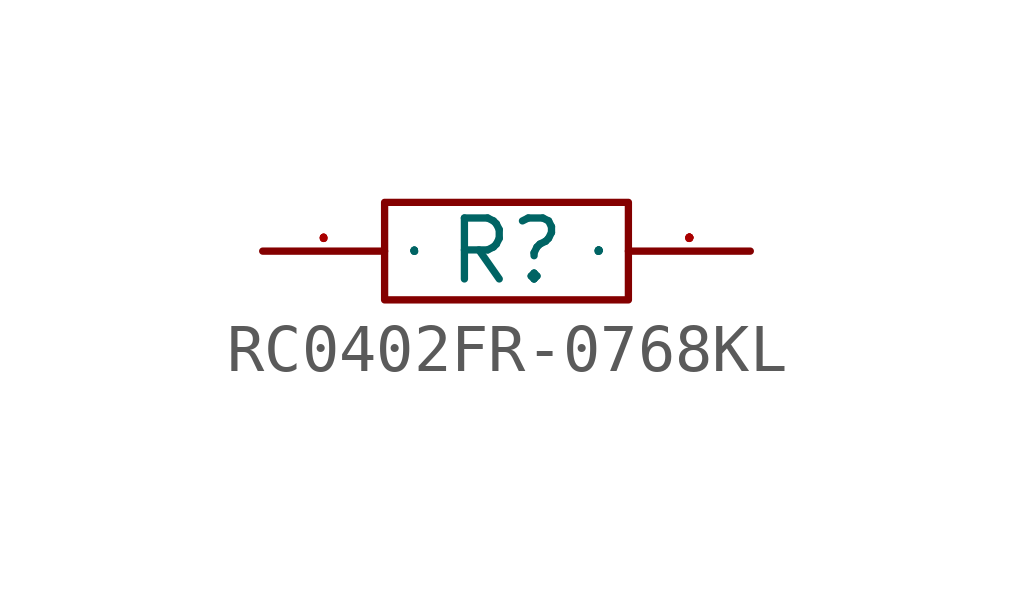
<source format=kicad_sym>
(kicad_symbol_lib
  (version 20241209)
  (generator "kicad_symbol_editor")
  (generator_version "9.0")
  (symbol "RC0402FR-0768KL"
    (property "Reference" "R"
      (at 0 0 0)
      (effects (font (size 1.27 1.27))))
    (symbol "RC0402FR-0768KL_1_0"
      (rectangle (start -2.54 -1.016) (end 2.54 1.016) (stroke (width 0) (type default)) (fill (type none)))
      (pin input line (at -5.08 0 0) (length 2.54) (name "1" (effects (font (size 0.025 0.025)))) (number "1" (effects (font (size 0.025 0.025)))))
      (pin input line (at 5.08 0 180) (length 2.54) (name "2" (effects (font (size 0.025 0.025)))) (number "2" (effects (font (size 0.025 0.025))))))))
</source>
